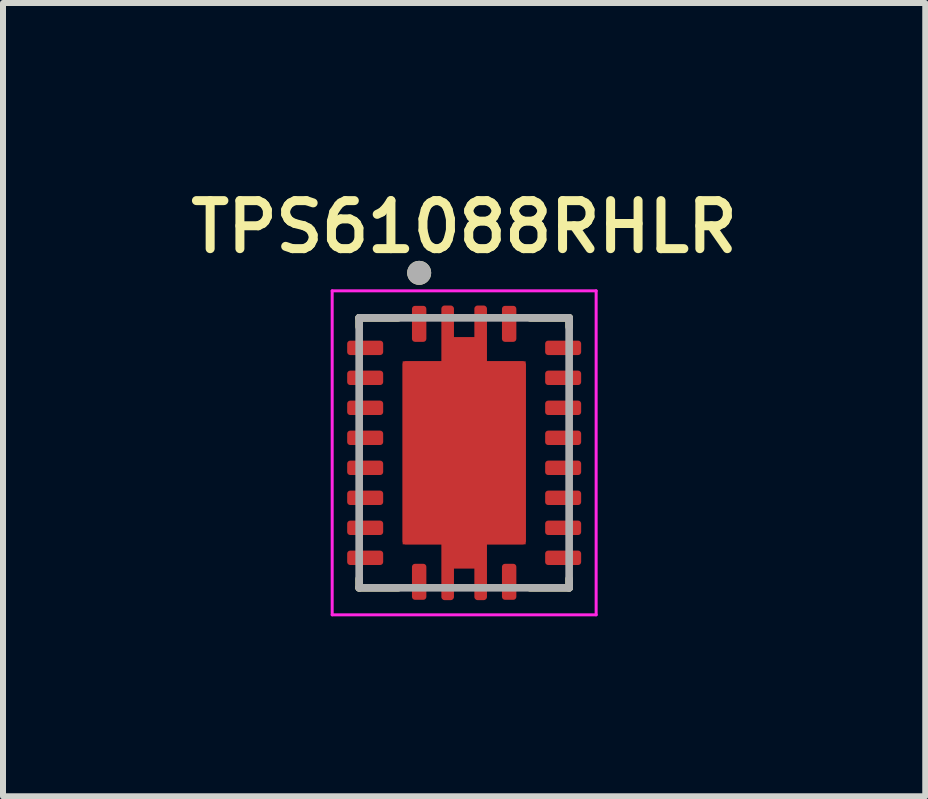
<source format=kicad_pcb>
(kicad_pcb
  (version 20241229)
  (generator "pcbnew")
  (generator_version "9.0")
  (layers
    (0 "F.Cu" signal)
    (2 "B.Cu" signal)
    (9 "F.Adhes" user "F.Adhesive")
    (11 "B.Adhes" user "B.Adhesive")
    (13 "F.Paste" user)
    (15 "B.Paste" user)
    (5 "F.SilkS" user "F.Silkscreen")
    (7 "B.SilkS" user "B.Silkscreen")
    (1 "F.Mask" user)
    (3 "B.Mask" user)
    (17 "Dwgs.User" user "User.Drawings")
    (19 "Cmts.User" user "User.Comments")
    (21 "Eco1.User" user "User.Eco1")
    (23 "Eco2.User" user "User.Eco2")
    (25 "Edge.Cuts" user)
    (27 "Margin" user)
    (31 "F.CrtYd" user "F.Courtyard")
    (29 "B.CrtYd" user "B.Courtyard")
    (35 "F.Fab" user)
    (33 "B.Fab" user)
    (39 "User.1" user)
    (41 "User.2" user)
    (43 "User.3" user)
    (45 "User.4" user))
  (footprint "TPS61088RHLR"
    (layer "F.Cu")
    (at 4.687 4.498)
    (property "Reference" "TPS61088RHLR" (at 0 -3.766 0) (layer "F.SilkS") (effects (font (size 0.801 0.801) (thickness 0.15))))
    (attr smd)
    (fp_poly (pts (xy -0.477 -1.627) (xy -0.477 -2.4) (xy -0.477 -2.408) (xy -0.476 -2.416) (xy -0.475 -2.424) (xy -0.474 -2.432) (xy -0.472 -2.439) (xy -0.47 -2.447) (xy -0.467 -2.454) (xy -0.464 -2.462) (xy -0.46 -2.469) (xy -0.457 -2.476) (xy -0.452 -2.483) (xy -0.448 -2.489) (xy -0.443 -2.496) (xy -0.438 -2.502) (xy -0.432 -2.507) (xy -0.427 -2.513) (xy -0.421 -2.518) (xy -0.414 -2.523) (xy -0.408 -2.527) (xy -0.401 -2.532) (xy -0.394 -2.535) (xy -0.387 -2.539) (xy -0.379 -2.542) (xy -0.372 -2.545) (xy -0.364 -2.547) (xy -0.357 -2.549) (xy -0.349 -2.55) (xy -0.341 -2.551) (xy -0.333 -2.552) (xy -0.325 -2.552) (xy -0.225 -2.552) (xy -0.217 -2.552) (xy -0.209 -2.551) (xy -0.201 -2.55) (xy -0.193 -2.549) (xy -0.186 -2.547) (xy -0.178 -2.545) (xy -0.171 -2.542) (xy -0.163 -2.539) (xy -0.156 -2.535) (xy -0.149 -2.532) (xy -0.142 -2.527) (xy -0.136 -2.523) (xy -0.129 -2.518) (xy -0.123 -2.513) (xy -0.118 -2.507) (xy -0.112 -2.502) (xy -0.107 -2.496) (xy -0.102 -2.489) (xy -0.098 -2.483) (xy -0.093 -2.476) (xy -0.09 -2.469) (xy -0.086 -2.462) (xy -0.083 -2.454) (xy -0.08 -2.447) (xy -0.078 -2.439) (xy -0.076 -2.432) (xy -0.075 -2.424) (xy -0.074 -2.416) (xy -0.073 -2.408) (xy -0.073 -2.4) (xy -0.073 -2.027) (xy 0.072 -2.027) (xy 0.073 -2.027) (xy 0.073 -2.402) (xy 0.073 -2.41) (xy 0.074 -2.418) (xy 0.075 -2.425) (xy 0.076 -2.433) (xy 0.078 -2.441) (xy 0.08 -2.448) (xy 0.083 -2.456) (xy 0.086 -2.463) (xy 0.089 -2.47) (xy 0.093 -2.477) (xy 0.097 -2.484) (xy 0.102 -2.49) (xy 0.106 -2.496) (xy 0.112 -2.502) (xy 0.117 -2.508) (xy 0.123 -2.513) (xy 0.129 -2.519) (xy 0.135 -2.523) (xy 0.141 -2.528) (xy 0.148 -2.532) (xy 0.155 -2.536) (xy 0.162 -2.539) (xy 0.169 -2.542) (xy 0.177 -2.545) (xy 0.184 -2.547) (xy 0.192 -2.549) (xy 0.2 -2.55) (xy 0.207 -2.551) (xy 0.215 -2.552) (xy 0.223 -2.552) (xy 0.326 -2.552) (xy 0.334 -2.552) (xy 0.342 -2.551) (xy 0.35 -2.55) (xy 0.357 -2.549) (xy 0.365 -2.547) (xy 0.373 -2.545) (xy 0.38 -2.542) (xy 0.387 -2.539) (xy 0.395 -2.536) (xy 0.401 -2.532) (xy 0.408 -2.528) (xy 0.415 -2.523) (xy 0.421 -2.518) (xy 0.427 -2.513) (xy 0.433 -2.508) (xy 0.438 -2.502) (xy 0.443 -2.496) (xy 0.448 -2.49) (xy 0.453 -2.483) (xy 0.457 -2.476) (xy 0.461 -2.47) (xy 0.464 -2.462) (xy 0.467 -2.455) (xy 0.47 -2.448) (xy 0.472 -2.44) (xy 0.474 -2.432) (xy 0.475 -2.425) (xy 0.476 -2.417) (xy 0.477 -2.409) (xy 0.477 -2.401) (xy 0.477 -1.627) (xy 0.975 -1.627) (xy 0.983 -1.627) (xy 0.991 -1.626) (xy 0.999 -1.625) (xy 1.007 -1.624) (xy 1.014 -1.622) (xy 1.022 -1.62) (xy 1.029 -1.617) (xy 1.037 -1.614) (xy 1.044 -1.61) (xy 1.051 -1.607) (xy 1.058 -1.602) (xy 1.064 -1.598) (xy 1.071 -1.593) (xy 1.077 -1.588) (xy 1.082 -1.582) (xy 1.088 -1.577) (xy 1.093 -1.571) (xy 1.098 -1.564) (xy 1.102 -1.558) (xy 1.107 -1.551) (xy 1.11 -1.544) (xy 1.114 -1.537) (xy 1.117 -1.529) (xy 1.12 -1.522) (xy 1.122 -1.514) (xy 1.124 -1.507) (xy 1.125 -1.499) (xy 1.126 -1.491) (xy 1.127 -1.483) (xy 1.127 -1.475) (xy 1.127 1.476) (xy 1.127 1.484) (xy 1.126 1.492) (xy 1.125 1.499) (xy 1.124 1.507) (xy 1.122 1.515) (xy 1.12 1.522) (xy 1.117 1.53) (xy 1.114 1.537) (xy 1.111 1.544) (xy 1.107 1.551) (xy 1.103 1.558) (xy 1.098 1.564) (xy 1.094 1.57) (xy 1.088 1.576) (xy 1.083 1.582) (xy 1.077 1.587) (xy 1.071 1.593) (xy 1.065 1.597) (xy 1.059 1.602) (xy 1.052 1.606) (xy 1.045 1.61) (xy 1.038 1.613) (xy 1.031 1.616) (xy 1.023 1.619) (xy 1.016 1.621) (xy 1.008 1.623) (xy 1 1.624) (xy 0.993 1.625) (xy 0.985 1.626) (xy 0.977 1.626) (xy 0.478 1.626) (xy 0.477 1.626) (xy 0.477 1.627) (xy 0.477 2.401) (xy 0.477 2.409) (xy 0.476 2.417) (xy 0.475 2.424) (xy 0.474 2.432) (xy 0.472 2.44) (xy 0.47 2.447) (xy 0.467 2.455) (xy 0.464 2.462) (xy 0.461 2.469) (xy 0.457 2.476) (xy 0.453 2.483) (xy 0.448 2.489) (xy 0.444 2.495) (xy 0.438 2.501) (xy 0.433 2.507) (xy 0.427 2.512) (xy 0.421 2.518) (xy 0.415 2.522) (xy 0.409 2.527) (xy 0.402 2.531) (xy 0.395 2.535) (xy 0.388 2.538) (xy 0.381 2.541) (xy 0.373 2.544) (xy 0.366 2.546) (xy 0.358 2.548) (xy 0.35 2.549) (xy 0.343 2.55) (xy 0.335 2.551) (xy 0.327 2.551) (xy 0.222 2.551) (xy 0.214 2.551) (xy 0.206 2.55) (xy 0.199 2.549) (xy 0.191 2.548) (xy 0.183 2.546) (xy 0.176 2.544) (xy 0.169 2.541) (xy 0.161 2.538) (xy 0.154 2.535) (xy 0.147 2.531) (xy 0.141 2.527) (xy 0.134 2.523) (xy 0.128 2.518) (xy 0.122 2.513) (xy 0.117 2.507) (xy 0.111 2.502) (xy 0.106 2.496) (xy 0.101 2.49) (xy 0.097 2.483) (xy 0.093 2.477) (xy 0.089 2.47) (xy 0.086 2.463) (xy 0.083 2.455) (xy 0.08 2.448) (xy 0.078 2.441) (xy 0.076 2.433) (xy 0.075 2.425) (xy 0.074 2.418) (xy 0.073 2.41) (xy 0.073 2.402) (xy 0.073 2.027) (xy -0.072 2.027) (xy -0.073 2.027) (xy -0.073 2.028) (xy -0.073 2.401) (xy -0.073 2.409) (xy -0.074 2.417) (xy -0.075 2.424) (xy -0.076 2.432) (xy -0.078 2.44) (xy -0.08 2.447) (xy -0.083 2.455) (xy -0.086 2.462) (xy -0.089 2.469) (xy -0.093 2.476) (xy -0.097 2.483) (xy -0.102 2.489) (xy -0.106 2.495) (xy -0.112 2.501) (xy -0.117 2.507) (xy -0.123 2.512) (xy -0.129 2.518) (xy -0.135 2.522) (xy -0.141 2.527) (xy -0.148 2.531) (xy -0.155 2.535) (xy -0.162 2.538) (xy -0.169 2.541) (xy -0.177 2.544) (xy -0.184 2.546) (xy -0.192 2.548) (xy -0.2 2.549) (xy -0.207 2.55) (xy -0.215 2.551) (xy -0.223 2.551) (xy -0.329 2.551) (xy -0.337 2.551) (xy -0.344 2.55) (xy -0.352 2.549) (xy -0.36 2.548) (xy -0.367 2.546) (xy -0.375 2.544) (xy -0.382 2.541) (xy -0.389 2.538) (xy -0.396 2.535) (xy -0.403 2.531) (xy -0.41 2.527) (xy -0.416 2.523) (xy -0.422 2.518) (xy -0.428 2.513) (xy -0.434 2.508) (xy -0.439 2.502) (xy -0.444 2.496) (xy -0.449 2.49) (xy -0.453 2.484) (xy -0.457 2.477) (xy -0.461 2.47) (xy -0.464 2.463) (xy -0.467 2.456) (xy -0.47 2.449) (xy -0.472 2.441) (xy -0.474 2.434) (xy -0.475 2.426) (xy -0.476 2.418) (xy -0.477 2.411) (xy -0.477 2.403) (xy -0.477 1.627) (xy -0.975 1.627) (xy -0.983 1.627) (xy -0.991 1.626) (xy -0.999 1.625) (xy -1.007 1.624) (xy -1.014 1.622) (xy -1.022 1.62) (xy -1.029 1.617) (xy -1.037 1.614) (xy -1.044 1.61) (xy -1.051 1.607) (xy -1.058 1.602) (xy -1.064 1.598) (xy -1.071 1.593) (xy -1.077 1.588) (xy -1.082 1.582) (xy -1.088 1.577) (xy -1.093 1.571) (xy -1.098 1.564) (xy -1.102 1.558) (xy -1.107 1.551) (xy -1.11 1.544) (xy -1.114 1.537) (xy -1.117 1.529) (xy -1.12 1.522) (xy -1.122 1.514) (xy -1.124 1.507) (xy -1.125 1.499) (xy -1.126 1.491) (xy -1.127 1.483) (xy -1.127 1.475) (xy -1.127 -1.474) (xy -1.127 -1.482) (xy -1.126 -1.49) (xy -1.125 -1.498) (xy -1.124 -1.506) (xy -1.122 -1.513) (xy -1.12 -1.521) (xy -1.117 -1.528) (xy -1.114 -1.536) (xy -1.11 -1.543) (xy -1.107 -1.55) (xy -1.102 -1.557) (xy -1.098 -1.563) (xy -1.093 -1.57) (xy -1.088 -1.576) (xy -1.082 -1.581) (xy -1.077 -1.587) (xy -1.071 -1.592) (xy -1.064 -1.597) (xy -1.058 -1.601) (xy -1.051 -1.606) (xy -1.044 -1.609) (xy -1.037 -1.613) (xy -1.029 -1.616) (xy -1.022 -1.619) (xy -1.014 -1.621) (xy -1.007 -1.623) (xy -0.999 -1.624) (xy -0.991 -1.625) (xy -0.983 -1.626) (xy -0.975 -1.626) (xy -0.478 -1.626) (xy -0.477 -1.626) (xy -0.477 -1.627)) (stroke (width 0.01) (type solid)) (fill yes) (layer "F.Mask"))
    (fp_line (start -1.75 -2.25) (end -1.1 -2.25) (stroke (width 0.127) (type solid)) (layer "F.SilkS"))
    (fp_line (start -1.75 -2.1) (end -1.75 -2.25) (stroke (width 0.127) (type solid)) (layer "F.SilkS"))
    (fp_line (start -1.75 2.1) (end -1.75 2.25) (stroke (width 0.127) (type solid)) (layer "F.SilkS"))
    (fp_line (start -1.75 2.25) (end -1.1 2.25) (stroke (width 0.127) (type solid)) (layer "F.SilkS"))
    (fp_line (start 1.1 -2.25) (end 1.75 -2.25) (stroke (width 0.127) (type solid)) (layer "F.SilkS"))
    (fp_line (start 1.1 2.25) (end 1.75 2.25) (stroke (width 0.127) (type solid)) (layer "F.SilkS"))
    (fp_line (start 1.75 -2.25) (end 1.75 -2.1) (stroke (width 0.127) (type solid)) (layer "F.SilkS"))
    (fp_line (start 1.75 2.25) (end 1.75 2.1) (stroke (width 0.127) (type solid)) (layer "F.SilkS"))
    (fp_circle (center -0.75 -3) (end -0.65 -3) (stroke (width 0.2) (type solid)) (fill no) (layer "F.SilkS"))
    (fp_poly (pts (xy -1.02 -0.625) (xy -0.1 -0.625) (xy -0.1 -1.475) (xy -1.02 -1.475)) (stroke (width 0.01) (type solid)) (fill yes) (layer "F.Paste"))
    (fp_poly (pts (xy -1.02 0.425) (xy -0.1 0.425) (xy -0.1 -0.425) (xy -1.02 -0.425)) (stroke (width 0.01) (type solid)) (fill yes) (layer "F.Paste"))
    (fp_poly (pts (xy -1.02 1.475) (xy -0.1 1.475) (xy -0.1 0.625) (xy -1.02 0.625)) (stroke (width 0.01) (type solid)) (fill yes) (layer "F.Paste"))
    (fp_poly (pts (xy 0.1 -0.625) (xy 1.02 -0.625) (xy 1.02 -1.475) (xy 0.1 -1.475)) (stroke (width 0.01) (type solid)) (fill yes) (layer "F.Paste"))
    (fp_poly (pts (xy 0.1 0.425) (xy 1.02 0.425) (xy 1.02 -0.425) (xy 0.1 -0.425)) (stroke (width 0.01) (type solid)) (fill yes) (layer "F.Paste"))
    (fp_poly (pts (xy 0.1 1.475) (xy 1.02 1.475) (xy 1.02 0.625) (xy 0.1 0.625)) (stroke (width 0.01) (type solid)) (fill yes) (layer "F.Paste"))
    (fp_poly (pts (xy -0.375 -1.675) (xy -0.375 -2.4) (xy -0.375 -2.403) (xy -0.375 -2.405) (xy -0.374 -2.408) (xy -0.374 -2.41) (xy -0.373 -2.413) (xy -0.373 -2.415) (xy -0.372 -2.418) (xy -0.371 -2.42) (xy -0.37 -2.423) (xy -0.368 -2.425) (xy -0.367 -2.427) (xy -0.365 -2.429) (xy -0.364 -2.431) (xy -0.362 -2.433) (xy -0.36 -2.435) (xy -0.358 -2.437) (xy -0.356 -2.439) (xy -0.354 -2.44) (xy -0.352 -2.442) (xy -0.35 -2.443) (xy -0.348 -2.445) (xy -0.345 -2.446) (xy -0.343 -2.447) (xy -0.34 -2.448) (xy -0.338 -2.448) (xy -0.335 -2.449) (xy -0.333 -2.449) (xy -0.33 -2.45) (xy -0.328 -2.45) (xy -0.325 -2.45) (xy -0.225 -2.45) (xy -0.222 -2.45) (xy -0.22 -2.45) (xy -0.217 -2.449) (xy -0.215 -2.449) (xy -0.212 -2.448) (xy -0.21 -2.448) (xy -0.207 -2.447) (xy -0.205 -2.446) (xy -0.202 -2.445) (xy -0.2 -2.443) (xy -0.198 -2.442) (xy -0.196 -2.44) (xy -0.194 -2.439) (xy -0.192 -2.437) (xy -0.19 -2.435) (xy -0.188 -2.433) (xy -0.186 -2.431) (xy -0.185 -2.429) (xy -0.183 -2.427) (xy -0.182 -2.425) (xy -0.18 -2.423) (xy -0.179 -2.42) (xy -0.178 -2.418) (xy -0.177 -2.415) (xy -0.177 -2.413) (xy -0.176 -2.41) (xy -0.176 -2.408) (xy -0.175 -2.405) (xy -0.175 -2.403) (xy -0.175 -2.4) (xy -0.175 -1.925) (xy 0.175 -1.925) (xy 0.175 -2.4) (xy 0.175 -2.403) (xy 0.175 -2.405) (xy 0.176 -2.408) (xy 0.176 -2.41) (xy 0.177 -2.413) (xy 0.177 -2.415) (xy 0.178 -2.418) (xy 0.179 -2.42) (xy 0.18 -2.423) (xy 0.182 -2.425) (xy 0.183 -2.427) (xy 0.185 -2.429) (xy 0.186 -2.431) (xy 0.188 -2.433) (xy 0.19 -2.435) (xy 0.192 -2.437) (xy 0.194 -2.439) (xy 0.196 -2.44) (xy 0.198 -2.442) (xy 0.2 -2.443) (xy 0.202 -2.445) (xy 0.205 -2.446) (xy 0.207 -2.447) (xy 0.21 -2.448) (xy 0.212 -2.448) (xy 0.215 -2.449) (xy 0.217 -2.449) (xy 0.22 -2.45) (xy 0.222 -2.45) (xy 0.225 -2.45) (xy 0.325 -2.45) (xy 0.328 -2.45) (xy 0.33 -2.45) (xy 0.333 -2.449) (xy 0.335 -2.449) (xy 0.338 -2.448) (xy 0.34 -2.448) (xy 0.343 -2.447) (xy 0.345 -2.446) (xy 0.348 -2.445) (xy 0.35 -2.443) (xy 0.352 -2.442) (xy 0.354 -2.44) (xy 0.356 -2.439) (xy 0.358 -2.437) (xy 0.36 -2.435) (xy 0.362 -2.433) (xy 0.364 -2.431) (xy 0.365 -2.429) (xy 0.367 -2.427) (xy 0.368 -2.425) (xy 0.37 -2.423) (xy 0.371 -2.42) (xy 0.372 -2.418) (xy 0.373 -2.415) (xy 0.373 -2.413) (xy 0.374 -2.41) (xy 0.374 -2.408) (xy 0.375 -2.405) (xy 0.375 -2.403) (xy 0.375 -2.4) (xy 0.375 -1.675) (xy -0.375 -1.675)) (stroke (width 0.01) (type solid)) (fill yes) (layer "F.Paste"))
    (fp_poly (pts (xy 0.375 1.675) (xy 0.375 2.4) (xy 0.375 2.403) (xy 0.375 2.405) (xy 0.374 2.408) (xy 0.374 2.41) (xy 0.373 2.413) (xy 0.373 2.415) (xy 0.372 2.418) (xy 0.371 2.42) (xy 0.37 2.423) (xy 0.368 2.425) (xy 0.367 2.427) (xy 0.365 2.429) (xy 0.364 2.431) (xy 0.362 2.433) (xy 0.36 2.435) (xy 0.358 2.437) (xy 0.356 2.439) (xy 0.354 2.44) (xy 0.352 2.442) (xy 0.35 2.443) (xy 0.348 2.445) (xy 0.345 2.446) (xy 0.343 2.447) (xy 0.34 2.448) (xy 0.338 2.448) (xy 0.335 2.449) (xy 0.333 2.449) (xy 0.33 2.45) (xy 0.328 2.45) (xy 0.325 2.45) (xy 0.225 2.45) (xy 0.222 2.45) (xy 0.22 2.45) (xy 0.217 2.449) (xy 0.215 2.449) (xy 0.212 2.448) (xy 0.21 2.448) (xy 0.207 2.447) (xy 0.205 2.446) (xy 0.202 2.445) (xy 0.2 2.443) (xy 0.198 2.442) (xy 0.196 2.44) (xy 0.194 2.439) (xy 0.192 2.437) (xy 0.19 2.435) (xy 0.188 2.433) (xy 0.186 2.431) (xy 0.185 2.429) (xy 0.183 2.427) (xy 0.182 2.425) (xy 0.18 2.423) (xy 0.179 2.42) (xy 0.178 2.418) (xy 0.177 2.415) (xy 0.177 2.413) (xy 0.176 2.41) (xy 0.176 2.408) (xy 0.175 2.405) (xy 0.175 2.403) (xy 0.175 2.4) (xy 0.175 1.925) (xy -0.175 1.925) (xy -0.175 2.4) (xy -0.175 2.403) (xy -0.175 2.405) (xy -0.176 2.408) (xy -0.176 2.41) (xy -0.177 2.413) (xy -0.177 2.415) (xy -0.178 2.418) (xy -0.179 2.42) (xy -0.18 2.423) (xy -0.182 2.425) (xy -0.183 2.427) (xy -0.185 2.429) (xy -0.186 2.431) (xy -0.188 2.433) (xy -0.19 2.435) (xy -0.192 2.437) (xy -0.194 2.439) (xy -0.196 2.44) (xy -0.198 2.442) (xy -0.2 2.443) (xy -0.202 2.445) (xy -0.205 2.446) (xy -0.207 2.447) (xy -0.21 2.448) (xy -0.212 2.448) (xy -0.215 2.449) (xy -0.217 2.449) (xy -0.22 2.45) (xy -0.222 2.45) (xy -0.225 2.45) (xy -0.325 2.45) (xy -0.328 2.45) (xy -0.33 2.45) (xy -0.333 2.449) (xy -0.335 2.449) (xy -0.338 2.448) (xy -0.34 2.448) (xy -0.343 2.447) (xy -0.345 2.446) (xy -0.348 2.445) (xy -0.35 2.443) (xy -0.352 2.442) (xy -0.354 2.44) (xy -0.356 2.439) (xy -0.358 2.437) (xy -0.36 2.435) (xy -0.362 2.433) (xy -0.364 2.431) (xy -0.365 2.429) (xy -0.367 2.427) (xy -0.368 2.425) (xy -0.37 2.423) (xy -0.371 2.42) (xy -0.372 2.418) (xy -0.373 2.415) (xy -0.373 2.413) (xy -0.374 2.41) (xy -0.374 2.408) (xy -0.375 2.405) (xy -0.375 2.403) (xy -0.375 2.4) (xy -0.375 1.675) (xy 0.375 1.675)) (stroke (width 0.01) (type solid)) (fill yes) (layer "F.Paste"))
    (fp_line (start -2.2 -2.7) (end -2.2 2.7) (stroke (width 0.05) (type solid)) (layer "F.CrtYd"))
    (fp_line (start -2.2 2.7) (end 2.2 2.7) (stroke (width 0.05) (type solid)) (layer "F.CrtYd"))
    (fp_line (start 2.2 -2.7) (end -2.2 -2.7) (stroke (width 0.05) (type solid)) (layer "F.CrtYd"))
    (fp_line (start 2.2 2.7) (end 2.2 -2.7) (stroke (width 0.05) (type solid)) (layer "F.CrtYd"))
    (fp_line (start -1.75 -2.25) (end 1.75 -2.25) (stroke (width 0.127) (type solid)) (layer "F.Fab"))
    (fp_line (start -1.75 2.25) (end -1.75 -2.25) (stroke (width 0.127) (type solid)) (layer "F.Fab"))
    (fp_line (start 1.75 -2.25) (end 1.75 2.25) (stroke (width 0.127) (type solid)) (layer "F.Fab"))
    (fp_line (start 1.75 2.25) (end -1.75 2.25) (stroke (width 0.127) (type solid)) (layer "F.Fab"))
    (fp_circle (center -0.75 -3) (end -0.65 -3) (stroke (width 0.2) (type solid)) (fill no) (layer "F.Fab"))
    (pad "1" smd roundrect (at -0.75 -2.15) (size 0.24 0.6) (layers "F.Cu" "F.Mask" "F.Paste") (roundrect_rratio 0.21))
    (pad "2" smd roundrect (at -1.65 -1.75) (size 0.6 0.24) (layers "F.Cu" "F.Mask" "F.Paste") (roundrect_rratio 0.21))
    (pad "3" smd roundrect (at -1.65 -1.25) (size 0.6 0.24) (layers "F.Cu" "F.Mask" "F.Paste") (roundrect_rratio 0.21))
    (pad "4" smd roundrect (at -1.65 -0.75) (size 0.6 0.24) (layers "F.Cu" "F.Mask" "F.Paste") (roundrect_rratio 0.21))
    (pad "5" smd roundrect (at -1.65 -0.25) (size 0.6 0.24) (layers "F.Cu" "F.Mask" "F.Paste") (roundrect_rratio 0.21))
    (pad "6" smd roundrect (at -1.65 0.25) (size 0.6 0.24) (layers "F.Cu" "F.Mask" "F.Paste") (roundrect_rratio 0.21))
    (pad "7" smd roundrect (at -1.65 0.75) (size 0.6 0.24) (layers "F.Cu" "F.Mask" "F.Paste") (roundrect_rratio 0.21))
    (pad "8" smd roundrect (at -1.65 1.25) (size 0.6 0.24) (layers "F.Cu" "F.Mask" "F.Paste") (roundrect_rratio 0.21))
    (pad "9" smd roundrect (at -1.65 1.75) (size 0.6 0.24) (layers "F.Cu" "F.Mask" "F.Paste") (roundrect_rratio 0.21))
    (pad "10" smd roundrect (at -0.75 2.15) (size 0.24 0.6) (layers "F.Cu" "F.Mask" "F.Paste") (roundrect_rratio 0.21))
    (pad "11" smd roundrect (at 0.75 2.15) (size 0.24 0.6) (layers "F.Cu" "F.Mask" "F.Paste") (roundrect_rratio 0.21))
    (pad "12" smd roundrect (at 1.65 1.75) (size 0.6 0.24) (layers "F.Cu" "F.Mask" "F.Paste") (roundrect_rratio 0.21))
    (pad "13" smd roundrect (at 1.65 1.25) (size 0.6 0.24) (layers "F.Cu" "F.Mask" "F.Paste") (roundrect_rratio 0.21))
    (pad "14" smd roundrect (at 1.65 0.75) (size 0.6 0.24) (layers "F.Cu" "F.Mask" "F.Paste") (roundrect_rratio 0.21))
    (pad "15" smd roundrect (at 1.65 0.25) (size 0.6 0.24) (layers "F.Cu" "F.Mask" "F.Paste") (roundrect_rratio 0.21))
    (pad "16" smd roundrect (at 1.65 -0.25) (size 0.6 0.24) (layers "F.Cu" "F.Mask" "F.Paste") (roundrect_rratio 0.21))
    (pad "17" smd roundrect (at 1.65 -0.75) (size 0.6 0.24) (layers "F.Cu" "F.Mask" "F.Paste") (roundrect_rratio 0.21))
    (pad "18" smd roundrect (at 1.65 -1.25) (size 0.6 0.24) (layers "F.Cu" "F.Mask" "F.Paste") (roundrect_rratio 0.21))
    (pad "19" smd roundrect (at 1.65 -1.75) (size 0.6 0.24) (layers "F.Cu" "F.Mask" "F.Paste") (roundrect_rratio 0.21))
    (pad "20" smd roundrect (at 0.75 -2.15) (size 0.24 0.6) (layers "F.Cu" "F.Mask" "F.Paste") (roundrect_rratio 0.21))
    (pad "21" smd custom (at 0 0) (size 2.05 3.05) (layers "F.Cu" "F.Mask") (options (anchor rect)) (primitives (gr_poly (pts (xy -0.375 -1.525) (xy -0.375 -2.4) (xy -0.375 -2.403) (xy -0.375 -2.405) (xy -0.374 -2.408) (xy -0.374 -2.41) (xy -0.373 -2.413) (xy -0.373 -2.415) (xy -0.372 -2.418) (xy -0.371 -2.42) (xy -0.37 -2.423) (xy -0.368 -2.425) (xy -0.367 -2.427) (xy -0.365 -2.429) (xy -0.364 -2.431) (xy -0.362 -2.433) (xy -0.36 -2.435) (xy -0.358 -2.437) (xy -0.356 -2.439) (xy -0.354 -2.44) (xy -0.352 -2.442) (xy -0.35 -2.443) (xy -0.348 -2.445) (xy -0.345 -2.446) (xy -0.343 -2.447) (xy -0.34 -2.448) (xy -0.338 -2.448) (xy -0.335 -2.449) (xy -0.333 -2.449) (xy -0.33 -2.45) (xy -0.328 -2.45) (xy -0.325 -2.45) (xy -0.225 -2.45) (xy -0.222 -2.45) (xy -0.22 -2.45) (xy -0.217 -2.449) (xy -0.215 -2.449) (xy -0.212 -2.448) (xy -0.21 -2.448) (xy -0.207 -2.447) (xy -0.205 -2.446) (xy -0.202 -2.445) (xy -0.2 -2.443) (xy -0.198 -2.442) (xy -0.196 -2.44) (xy -0.194 -2.439) (xy -0.192 -2.437) (xy -0.19 -2.435) (xy -0.188 -2.433) (xy -0.186 -2.431) (xy -0.185 -2.429) (xy -0.183 -2.427) (xy -0.182 -2.425) (xy -0.18 -2.423) (xy -0.179 -2.42) (xy -0.178 -2.418) (xy -0.177 -2.415) (xy -0.177 -2.413) (xy -0.176 -2.41) (xy -0.176 -2.408) (xy -0.175 -2.405) (xy -0.175 -2.403) (xy -0.175 -2.4) (xy -0.175 -1.925) (xy 0.175 -1.925) (xy 0.175 -2.4) (xy 0.175 -2.403) (xy 0.175 -2.405) (xy 0.176 -2.408) (xy 0.176 -2.41) (xy 0.177 -2.413) (xy 0.177 -2.415) (xy 0.178 -2.418) (xy 0.179 -2.42) (xy 0.18 -2.423) (xy 0.182 -2.425) (xy 0.183 -2.427) (xy 0.185 -2.429) (xy 0.186 -2.431) (xy 0.188 -2.433) (xy 0.19 -2.435) (xy 0.192 -2.437) (xy 0.194 -2.439) (xy 0.196 -2.44) (xy 0.198 -2.442) (xy 0.2 -2.443) (xy 0.202 -2.445) (xy 0.205 -2.446) (xy 0.207 -2.447) (xy 0.21 -2.448) (xy 0.212 -2.448) (xy 0.215 -2.449) (xy 0.217 -2.449) (xy 0.22 -2.45) (xy 0.222 -2.45) (xy 0.225 -2.45) (xy 0.325 -2.45) (xy 0.328 -2.45) (xy 0.33 -2.45) (xy 0.333 -2.449) (xy 0.335 -2.449) (xy 0.338 -2.448) (xy 0.34 -2.448) (xy 0.343 -2.447) (xy 0.345 -2.446) (xy 0.348 -2.445) (xy 0.35 -2.443) (xy 0.352 -2.442) (xy 0.354 -2.44) (xy 0.356 -2.439) (xy 0.358 -2.437) (xy 0.36 -2.435) (xy 0.362 -2.433) (xy 0.364 -2.431) (xy 0.365 -2.429) (xy 0.367 -2.427) (xy 0.368 -2.425) (xy 0.37 -2.423) (xy 0.371 -2.42) (xy 0.372 -2.418) (xy 0.373 -2.415) (xy 0.373 -2.413) (xy 0.374 -2.41) (xy 0.374 -2.408) (xy 0.375 -2.405) (xy 0.375 -2.403) (xy 0.375 -2.4) (xy 0.375 -1.525) (xy 0.975 -1.525) (xy 0.978 -1.525) (xy 0.98 -1.525) (xy 0.983 -1.524) (xy 0.985 -1.524) (xy 0.988 -1.523) (xy 0.99 -1.523) (xy 0.993 -1.522) (xy 0.995 -1.521) (xy 0.998 -1.52) (xy 1 -1.518) (xy 1.002 -1.517) (xy 1.004 -1.515) (xy 1.006 -1.514) (xy 1.008 -1.512) (xy 1.01 -1.51) (xy 1.012 -1.508) (xy 1.014 -1.506) (xy 1.015 -1.504) (xy 1.017 -1.502) (xy 1.018 -1.5) (xy 1.02 -1.498) (xy 1.021 -1.495) (xy 1.022 -1.493) (xy 1.023 -1.49) (xy 1.023 -1.488) (xy 1.024 -1.485) (xy 1.024 -1.483) (xy 1.025 -1.48) (xy 1.025 -1.478) (xy 1.025 -1.475) (xy 1.025 1.475) (xy 1.025 1.478) (xy 1.025 1.48) (xy 1.024 1.483) (xy 1.024 1.485) (xy 1.023 1.488) (xy 1.023 1.49) (xy 1.022 1.493) (xy 1.021 1.495) (xy 1.02 1.498) (xy 1.018 1.5) (xy 1.017 1.502) (xy 1.015 1.504) (xy 1.014 1.506) (xy 1.012 1.508) (xy 1.01 1.51) (xy 1.008 1.512) (xy 1.006 1.514) (xy 1.004 1.515) (xy 1.002 1.517) (xy 1 1.518) (xy 0.998 1.52) (xy 0.995 1.521) (xy 0.993 1.522) (xy 0.99 1.523) (xy 0.988 1.523) (xy 0.985 1.524) (xy 0.983 1.524) (xy 0.98 1.525) (xy 0.978 1.525) (xy 0.975 1.525) (xy 0.375 1.525) (xy 0.375 2.4) (xy 0.375 2.403) (xy 0.375 2.405) (xy 0.374 2.408) (xy 0.374 2.41) (xy 0.373 2.413) (xy 0.373 2.415) (xy 0.372 2.418) (xy 0.371 2.42) (xy 0.37 2.423) (xy 0.368 2.425) (xy 0.367 2.427) (xy 0.365 2.429) (xy 0.364 2.431) (xy 0.362 2.433) (xy 0.36 2.435) (xy 0.358 2.437) (xy 0.356 2.439) (xy 0.354 2.44) (xy 0.352 2.442) (xy 0.35 2.443) (xy 0.348 2.445) (xy 0.345 2.446) (xy 0.343 2.447) (xy 0.34 2.448) (xy 0.338 2.448) (xy 0.335 2.449) (xy 0.333 2.449) (xy 0.33 2.45) (xy 0.328 2.45) (xy 0.325 2.45) (xy 0.225 2.45) (xy 0.222 2.45) (xy 0.22 2.45) (xy 0.217 2.449) (xy 0.215 2.449) (xy 0.212 2.448) (xy 0.21 2.448) (xy 0.207 2.447) (xy 0.205 2.446) (xy 0.202 2.445) (xy 0.2 2.443) (xy 0.198 2.442) (xy 0.196 2.44) (xy 0.194 2.439) (xy 0.192 2.437) (xy 0.19 2.435) (xy 0.188 2.433) (xy 0.186 2.431) (xy 0.185 2.429) (xy 0.183 2.427) (xy 0.182 2.425) (xy 0.18 2.423) (xy 0.179 2.42) (xy 0.178 2.418) (xy 0.177 2.415) (xy 0.177 2.413) (xy 0.176 2.41) (xy 0.176 2.408) (xy 0.175 2.405) (xy 0.175 2.403) (xy 0.175 2.4) (xy 0.175 1.925) (xy -0.175 1.925) (xy -0.175 2.4) (xy -0.175 2.403) (xy -0.175 2.405) (xy -0.176 2.408) (xy -0.176 2.41) (xy -0.177 2.413) (xy -0.177 2.415) (xy -0.178 2.418) (xy -0.179 2.42) (xy -0.18 2.423) (xy -0.182 2.425) (xy -0.183 2.427) (xy -0.185 2.429) (xy -0.186 2.431) (xy -0.188 2.433) (xy -0.19 2.435) (xy -0.192 2.437) (xy -0.194 2.439) (xy -0.196 2.44) (xy -0.198 2.442) (xy -0.2 2.443) (xy -0.202 2.445) (xy -0.205 2.446) (xy -0.207 2.447) (xy -0.21 2.448) (xy -0.212 2.448) (xy -0.215 2.449) (xy -0.217 2.449) (xy -0.22 2.45) (xy -0.222 2.45) (xy -0.225 2.45) (xy -0.325 2.45) (xy -0.328 2.45) (xy -0.33 2.45) (xy -0.333 2.449) (xy -0.335 2.449) (xy -0.338 2.448) (xy -0.34 2.448) (xy -0.343 2.447) (xy -0.345 2.446) (xy -0.348 2.445) (xy -0.35 2.443) (xy -0.352 2.442) (xy -0.354 2.44) (xy -0.356 2.439) (xy -0.358 2.437) (xy -0.36 2.435) (xy -0.362 2.433) (xy -0.364 2.431) (xy -0.365 2.429) (xy -0.367 2.427) (xy -0.368 2.425) (xy -0.37 2.423) (xy -0.371 2.42) (xy -0.372 2.418) (xy -0.373 2.415) (xy -0.373 2.413) (xy -0.374 2.41) (xy -0.374 2.408) (xy -0.375 2.405) (xy -0.375 2.403) (xy -0.375 2.4) (xy -0.375 1.525) (xy -0.975 1.525) (xy -0.978 1.525) (xy -0.98 1.525) (xy -0.983 1.524) (xy -0.985 1.524) (xy -0.988 1.523) (xy -0.99 1.523) (xy -0.993 1.522) (xy -0.995 1.521) (xy -0.998 1.52) (xy -1 1.518) (xy -1.002 1.517) (xy -1.004 1.515) (xy -1.006 1.514) (xy -1.008 1.512) (xy -1.01 1.51) (xy -1.012 1.508) (xy -1.014 1.506) (xy -1.015 1.504) (xy -1.017 1.502) (xy -1.018 1.5) (xy -1.02 1.498) (xy -1.021 1.495) (xy -1.022 1.493) (xy -1.023 1.49) (xy -1.023 1.488) (xy -1.024 1.485) (xy -1.024 1.483) (xy -1.025 1.48) (xy -1.025 1.478) (xy -1.025 1.475) (xy -1.025 -1.475) (xy -1.025 -1.478) (xy -1.025 -1.48) (xy -1.024 -1.483) (xy -1.024 -1.485) (xy -1.023 -1.488) (xy -1.023 -1.49) (xy -1.022 -1.493) (xy -1.021 -1.495) (xy -1.02 -1.498) (xy -1.018 -1.5) (xy -1.017 -1.502) (xy -1.015 -1.504) (xy -1.014 -1.506) (xy -1.012 -1.508) (xy -1.01 -1.51) (xy -1.008 -1.512) (xy -1.006 -1.514) (xy -1.004 -1.515) (xy -1.002 -1.517) (xy -1 -1.518) (xy -0.998 -1.52) (xy -0.995 -1.521) (xy -0.993 -1.522) (xy -0.99 -1.523) (xy -0.988 -1.523) (xy -0.985 -1.524) (xy -0.983 -1.524) (xy -0.98 -1.525) (xy -0.978 -1.525) (xy -0.975 -1.525) (xy -0.375 -1.525)) (width 0.01) (fill yes)))))
  (gr_rect
    (start -3 -3)
    (end 12.373 10.223)
    (stroke (width 0.1) (type default))
    (fill no)
    (layer "Edge.Cuts")))
</source>
